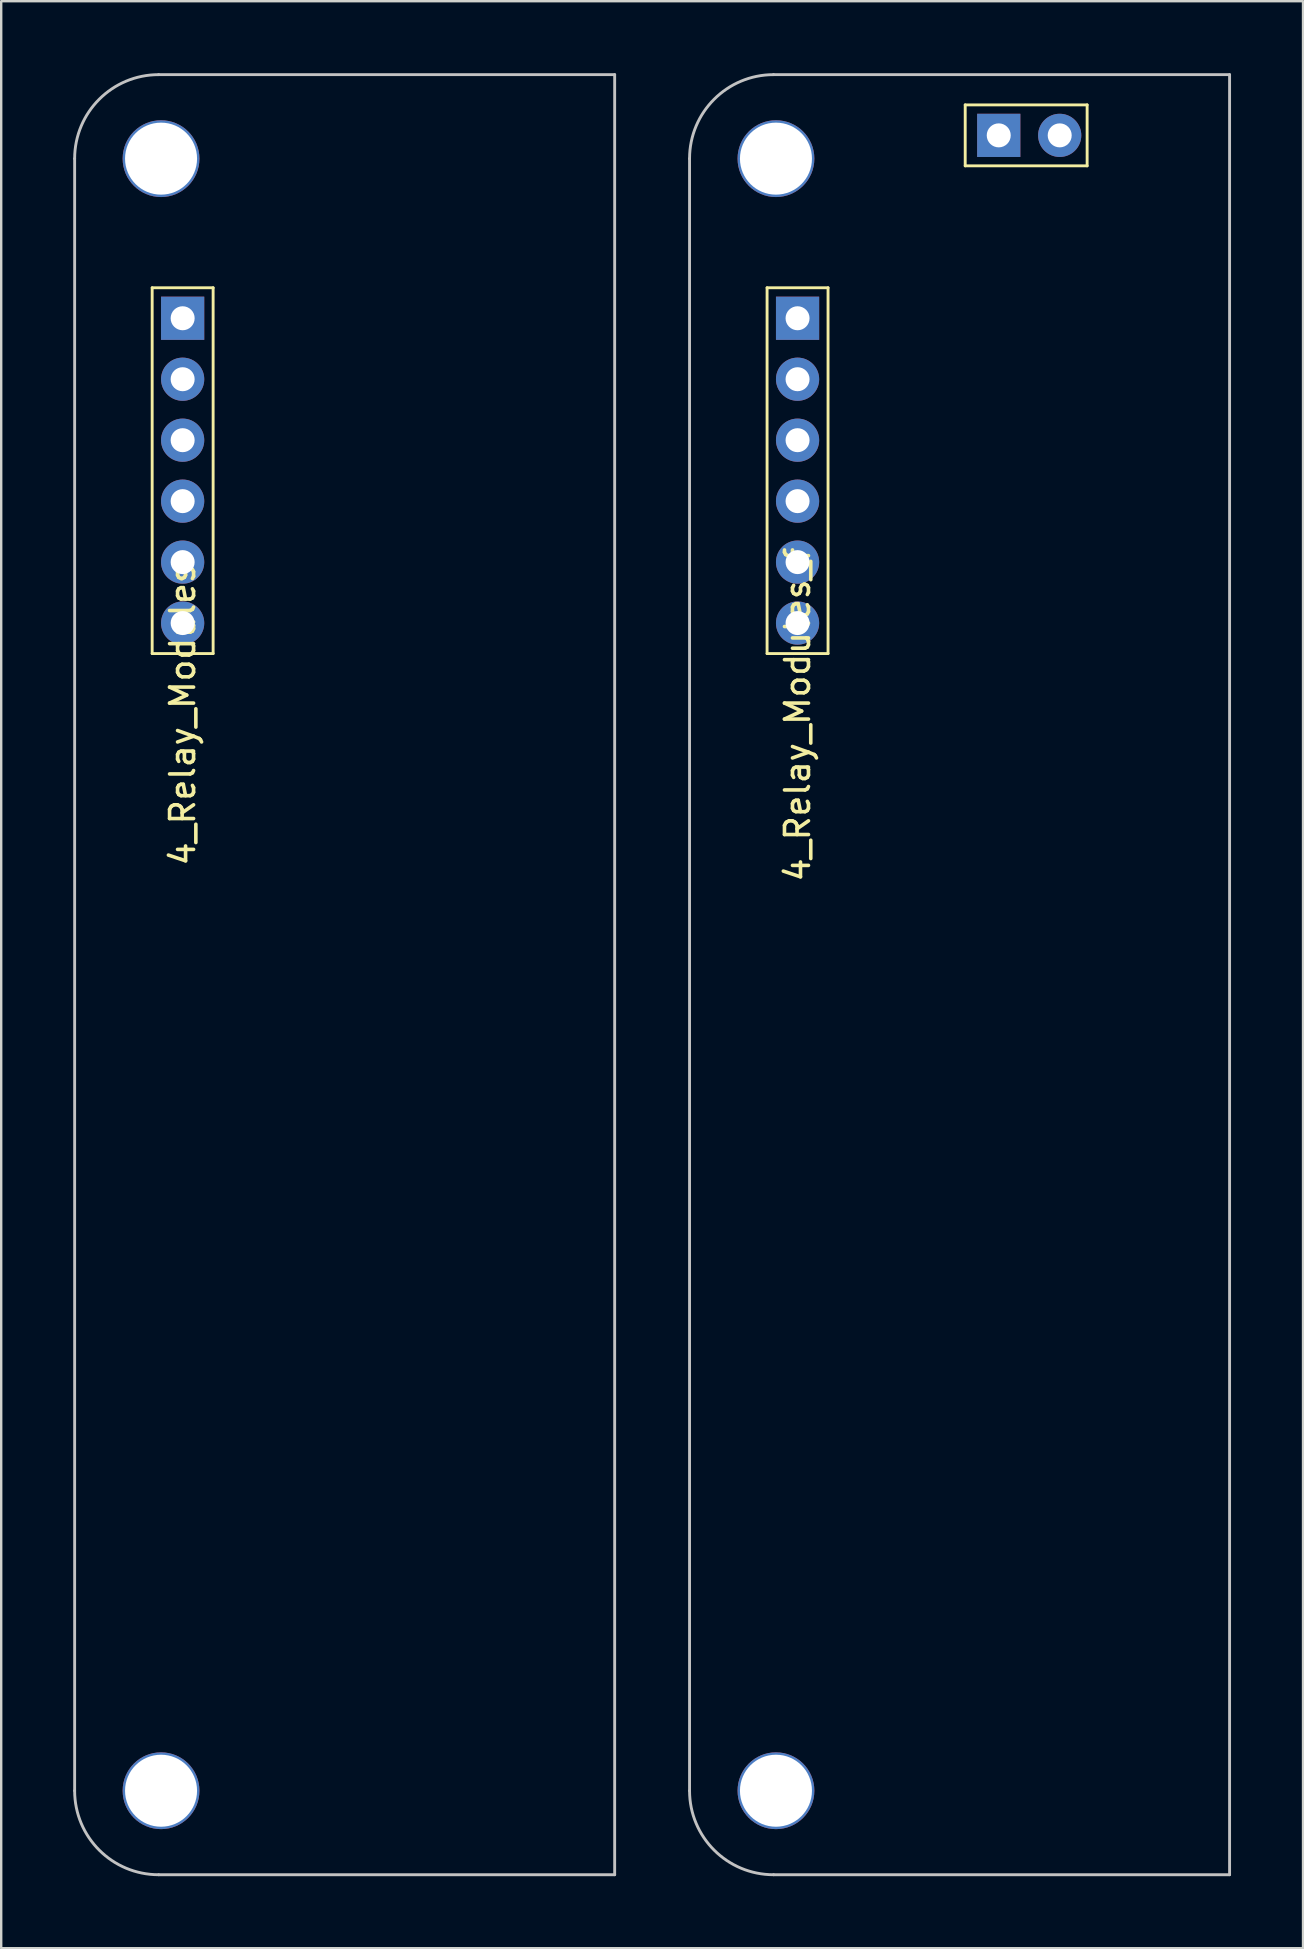
<source format=kicad_pcb>
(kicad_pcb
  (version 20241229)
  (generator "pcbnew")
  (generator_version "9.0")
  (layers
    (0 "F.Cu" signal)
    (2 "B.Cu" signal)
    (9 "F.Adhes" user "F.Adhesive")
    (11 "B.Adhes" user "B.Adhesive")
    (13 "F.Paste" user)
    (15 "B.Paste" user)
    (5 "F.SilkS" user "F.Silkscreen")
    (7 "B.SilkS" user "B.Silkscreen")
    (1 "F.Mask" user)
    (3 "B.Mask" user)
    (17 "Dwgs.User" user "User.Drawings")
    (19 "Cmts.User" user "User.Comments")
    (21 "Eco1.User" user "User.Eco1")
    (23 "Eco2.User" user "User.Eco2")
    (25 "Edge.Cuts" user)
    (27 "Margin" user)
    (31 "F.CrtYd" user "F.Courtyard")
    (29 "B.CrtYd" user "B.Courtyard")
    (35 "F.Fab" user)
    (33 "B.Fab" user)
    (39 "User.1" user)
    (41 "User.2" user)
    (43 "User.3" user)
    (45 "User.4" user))
  (footprint "4_Relay_Modules_f"
    (layer "F.Cu")
    (at 30.18 16.56)
    (property "Reference" "4_Relay_Modules_f" (at 0 10.16 90) (layer "F.SilkS") (effects (font (size 1 1) (thickness 0.15))))
    (attr through_hole)
    (fp_line (start -1.27 -7.62) (end 1.27 -7.62) (stroke (width 0.12) (type solid)) (layer "F.SilkS"))
    (fp_line (start -1.27 7.62) (end -1.27 -7.62) (stroke (width 0.12) (type solid)) (layer "F.SilkS"))
    (fp_line (start 1.27 -7.62) (end 1.27 7.62) (stroke (width 0.12) (type solid)) (layer "F.SilkS"))
    (fp_line (start 1.27 7.62) (end -1.27 7.62) (stroke (width 0.12) (type solid)) (layer "F.SilkS"))
    (fp_line (start 6.985 -15.24) (end 12.065 -15.24) (stroke (width 0.12) (type solid)) (layer "F.SilkS"))
    (fp_line (start 6.985 -12.7) (end 6.985 -15.24) (stroke (width 0.12) (type solid)) (layer "F.SilkS"))
    (fp_line (start 12.065 -15.24) (end 12.065 -12.7) (stroke (width 0.12) (type solid)) (layer "F.SilkS"))
    (fp_line (start 12.065 -12.7) (end 6.985 -12.7) (stroke (width 0.12) (type solid)) (layer "F.SilkS"))
    (fp_line (start -4.5 -13) (end -4.5 55) (stroke (width 0.12) (type solid)) (layer "Dwgs.User"))
    (fp_line (start -1 58.5) (end 18 58.5) (stroke (width 0.12) (type solid)) (layer "Dwgs.User"))
    (fp_line (start 18 -16.5) (end -1 -16.5) (stroke (width 0.12) (type solid)) (layer "Dwgs.User"))
    (fp_line (start 18 58.5) (end 18 -16.5) (stroke (width 0.12) (type solid)) (layer "Dwgs.User"))
    (fp_arc (start -4.5 -13) (mid -3.474874 -15.474874) (end -1 -16.5) (stroke (width 0.12) (type solid)) (layer "Dwgs.User"))
    (fp_arc (start -1 58.5) (mid -3.474874 57.474874) (end -4.5 55) (stroke (width 0.12) (type solid)) (layer "Dwgs.User"))
    (pad "" np_thru_hole circle (at -0.9 -13) (size 3.2 3.2) (drill 3) (layers "*.Cu" "*.Mask"))
    (pad "" np_thru_hole circle (at -0.9 55) (size 3.2 3.2) (drill 3) (layers "*.Cu" "*.Mask"))
    (pad "1" thru_hole rect (at 0 -6.35) (size 1.8 1.8) (drill 1) (layers "*.Cu" "*.Mask"))
    (pad "1" thru_hole rect (at 8.382 -13.97) (size 1.8 1.8) (drill 1) (layers "*.Cu" "*.Mask"))
    (pad "2" thru_hole circle (at 0 -3.81) (size 1.8 1.8) (drill 1) (layers "*.Cu" "*.Mask"))
    (pad "3" thru_hole circle (at 0 -1.27) (size 1.8 1.8) (drill 1) (layers "*.Cu" "*.Mask"))
    (pad "4" thru_hole circle (at 0 1.27) (size 1.8 1.8) (drill 1) (layers "*.Cu" "*.Mask"))
    (pad "5" thru_hole circle (at 0 3.81) (size 1.8 1.8) (drill 1) (layers "*.Cu" "*.Mask"))
    (pad "6" thru_hole circle (at 0 6.35) (size 1.8 1.8) (drill 1) (layers "*.Cu" "*.Mask"))
    (pad "7" thru_hole circle (at 10.922 -13.97) (size 1.8 1.8) (drill 1) (layers "*.Cu" "*.Mask")))
  (footprint "4_Relay_Modules"
    (layer "F.Cu")
    (at 4.56 16.56)
    (property "Reference" "4_Relay_Modules" (at 0 10.16 90) (layer "F.SilkS") (effects (font (size 1 1) (thickness 0.15))))
    (attr through_hole)
    (fp_line (start -1.27 -7.62) (end 1.27 -7.62) (stroke (width 0.12) (type solid)) (layer "F.SilkS"))
    (fp_line (start -1.27 7.62) (end -1.27 -7.62) (stroke (width 0.12) (type solid)) (layer "F.SilkS"))
    (fp_line (start 1.27 -7.62) (end 1.27 7.62) (stroke (width 0.12) (type solid)) (layer "F.SilkS"))
    (fp_line (start 1.27 7.62) (end -1.27 7.62) (stroke (width 0.12) (type solid)) (layer "F.SilkS"))
    (fp_line (start -4.5 -13) (end -4.5 55) (stroke (width 0.12) (type solid)) (layer "Dwgs.User"))
    (fp_line (start -1 58.5) (end 18 58.5) (stroke (width 0.12) (type solid)) (layer "Dwgs.User"))
    (fp_line (start 18 -16.5) (end -1 -16.5) (stroke (width 0.12) (type solid)) (layer "Dwgs.User"))
    (fp_line (start 18 58.5) (end 18 -16.5) (stroke (width 0.12) (type solid)) (layer "Dwgs.User"))
    (fp_arc (start -4.5 -13) (mid -3.474874 -15.474874) (end -1 -16.5) (stroke (width 0.12) (type solid)) (layer "Dwgs.User"))
    (fp_arc (start -1 58.5) (mid -3.474874 57.474874) (end -4.5 55) (stroke (width 0.12) (type solid)) (layer "Dwgs.User"))
    (pad "" np_thru_hole circle (at -0.9 -13) (size 3.2 3.2) (drill 3) (layers "*.Cu" "*.Mask"))
    (pad "" np_thru_hole circle (at -0.9 55) (size 3.2 3.2) (drill 3) (layers "*.Cu" "*.Mask"))
    (pad "1" thru_hole rect (at 0 -6.35) (size 1.8 1.8) (drill 1) (layers "*.Cu" "*.Mask"))
    (pad "2" thru_hole circle (at 0 -3.81) (size 1.8 1.8) (drill 1) (layers "*.Cu" "*.Mask"))
    (pad "3" thru_hole circle (at 0 -1.27) (size 1.8 1.8) (drill 1) (layers "*.Cu" "*.Mask"))
    (pad "4" thru_hole circle (at 0 1.27) (size 1.8 1.8) (drill 1) (layers "*.Cu" "*.Mask"))
    (pad "5" thru_hole circle (at 0 3.81) (size 1.8 1.8) (drill 1) (layers "*.Cu" "*.Mask"))
    (pad "6" thru_hole circle (at 0 6.35) (size 1.8 1.8) (drill 1) (layers "*.Cu" "*.Mask")))
  (gr_rect
    (start -3 -3)
    (end 51.24 78.12)
    (stroke (width 0.1) (type default))
    (fill no)
    (layer "Edge.Cuts")))
</source>
